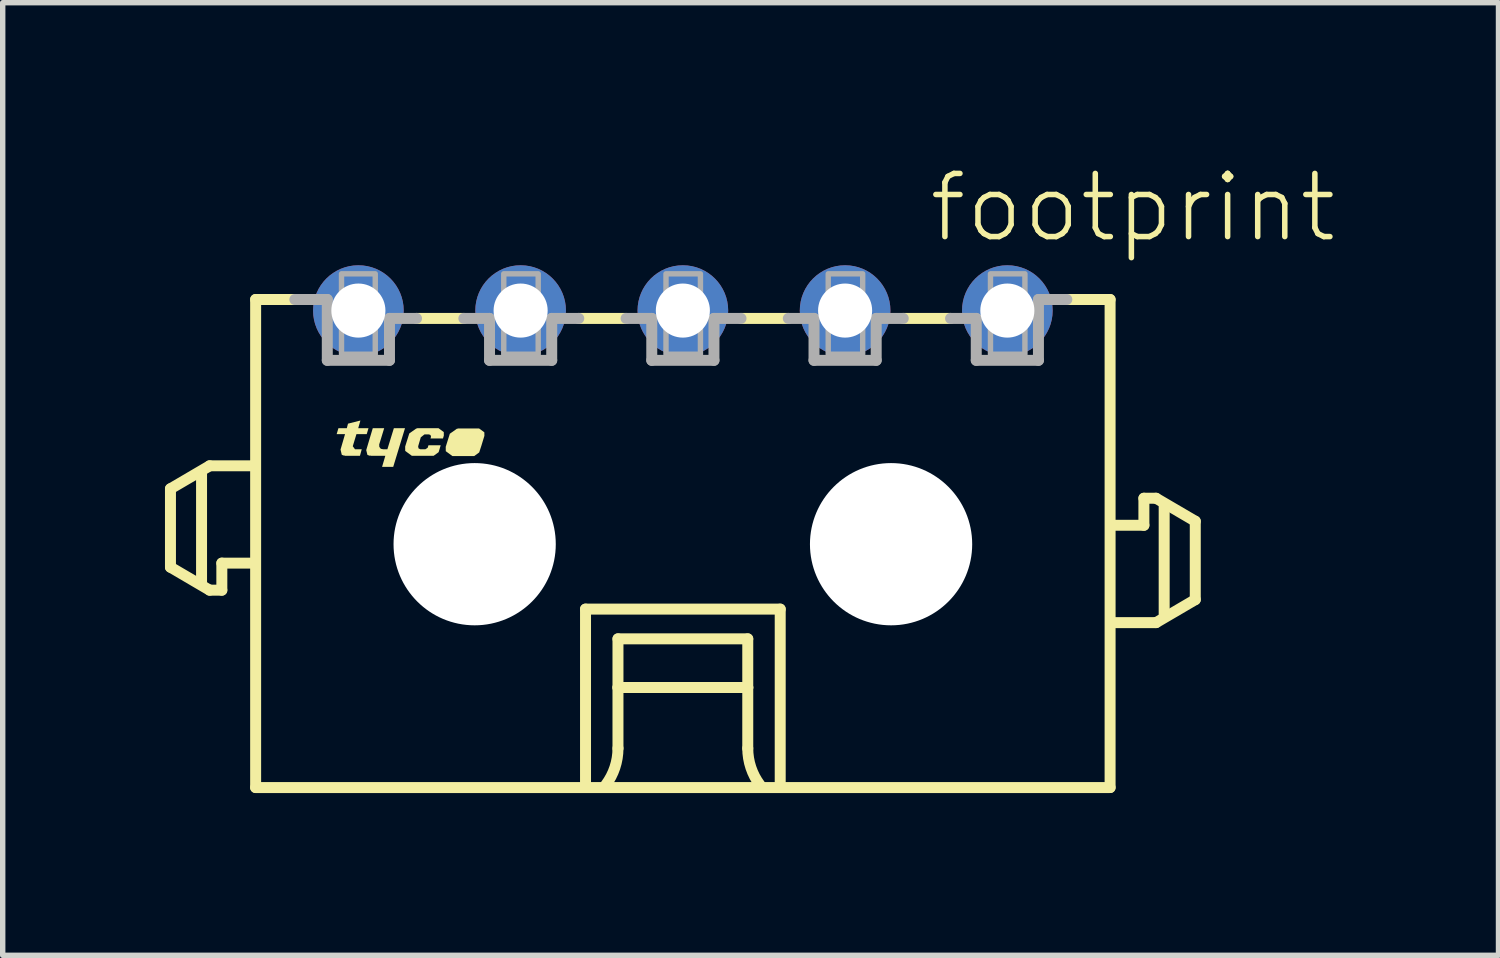
<source format=kicad_pcb>
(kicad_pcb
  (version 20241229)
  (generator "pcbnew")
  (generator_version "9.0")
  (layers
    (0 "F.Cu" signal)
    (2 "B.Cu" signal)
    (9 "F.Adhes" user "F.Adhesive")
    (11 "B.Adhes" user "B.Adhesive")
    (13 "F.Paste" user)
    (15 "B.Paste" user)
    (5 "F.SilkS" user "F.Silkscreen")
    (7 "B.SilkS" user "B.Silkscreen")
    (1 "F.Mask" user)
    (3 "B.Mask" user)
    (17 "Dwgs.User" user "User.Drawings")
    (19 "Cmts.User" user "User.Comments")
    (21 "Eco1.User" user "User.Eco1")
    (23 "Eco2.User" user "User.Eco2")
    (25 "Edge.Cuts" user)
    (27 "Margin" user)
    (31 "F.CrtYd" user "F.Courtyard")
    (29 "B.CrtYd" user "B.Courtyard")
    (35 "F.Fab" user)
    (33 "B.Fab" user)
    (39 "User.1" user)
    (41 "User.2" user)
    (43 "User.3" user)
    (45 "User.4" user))
  (footprint "footprint"
    (layer "F.Cu")
    (at 9.577 7.013)
    (property "Reference" "footprint" (at 4.5 -5.54 0) (layer "F.SilkS") (effects (font (size 1.168 1.168) (thickness 0.102)) (justify left bottom)))
    (fp_line (start -9.475 -1.025) (end -9.475 0.425) (stroke (width 0.203) (type solid)) (layer "F.SilkS"))
    (fp_line (start -9.475 0.425) (end -8.75 0.85) (stroke (width 0.203) (type solid)) (layer "F.SilkS"))
    (fp_line (start -8.9 0.7) (end -8.9 -1.3) (stroke (width 0.203) (type solid)) (layer "F.SilkS"))
    (fp_line (start -8.75 -1.45) (end -9.475 -1.025) (stroke (width 0.203) (type solid)) (layer "F.SilkS"))
    (fp_line (start -8.75 0.85) (end -8.525 0.85) (stroke (width 0.203) (type solid)) (layer "F.SilkS"))
    (fp_line (start -8.525 0.35) (end -8 0.35) (stroke (width 0.203) (type solid)) (layer "F.SilkS"))
    (fp_line (start -8.525 0.85) (end -8.525 0.35) (stroke (width 0.203) (type solid)) (layer "F.SilkS"))
    (fp_line (start -8 -1.45) (end -8.75 -1.45) (stroke (width 0.203) (type solid)) (layer "F.SilkS"))
    (fp_line (start -7.9 -4.525) (end -7.9 4.5) (stroke (width 0.203) (type solid)) (layer "F.SilkS"))
    (fp_line (start -7.9 -4.525) (end -7.175 -4.525) (stroke (width 0.203) (type solid)) (layer "F.SilkS"))
    (fp_line (start -7.9 4.5) (end 7.9 4.5) (stroke (width 0.203) (type solid)) (layer "F.SilkS"))
    (fp_line (start -4.05 -4.175) (end -4.925 -4.175) (stroke (width 0.203) (type solid)) (layer "F.SilkS"))
    (fp_line (start -1.8 1.2) (end 1.8 1.2) (stroke (width 0.203) (type solid)) (layer "F.SilkS"))
    (fp_line (start -1.8 4.4) (end -1.8 1.2) (stroke (width 0.203) (type solid)) (layer "F.SilkS"))
    (fp_line (start -1.2 1.75) (end -1.2 2.65) (stroke (width 0.203) (type solid)) (layer "F.SilkS"))
    (fp_line (start -1.2 2.65) (end -1.2 3.775) (stroke (width 0.203) (type solid)) (layer "F.SilkS"))
    (fp_line (start -1.2 2.65) (end 1.2 2.65) (stroke (width 0.203) (type solid)) (layer "F.SilkS"))
    (fp_line (start -1.05 -4.175) (end -1.925 -4.175) (stroke (width 0.203) (type solid)) (layer "F.SilkS"))
    (fp_line (start 1.2 1.75) (end -1.2 1.75) (stroke (width 0.203) (type solid)) (layer "F.SilkS"))
    (fp_line (start 1.2 2.65) (end 1.2 1.75) (stroke (width 0.203) (type solid)) (layer "F.SilkS"))
    (fp_line (start 1.2 2.65) (end 1.2 3.775) (stroke (width 0.203) (type solid)) (layer "F.SilkS"))
    (fp_line (start 1.8 1.2) (end 1.8 4.4) (stroke (width 0.203) (type solid)) (layer "F.SilkS"))
    (fp_line (start 1.95 -4.175) (end 1.075 -4.175) (stroke (width 0.203) (type solid)) (layer "F.SilkS"))
    (fp_line (start 4.95 -4.175) (end 4.075 -4.175) (stroke (width 0.203) (type solid)) (layer "F.SilkS"))
    (fp_line (start 7.9 -4.525) (end 7.1 -4.525) (stroke (width 0.203) (type solid)) (layer "F.SilkS"))
    (fp_line (start 7.9 4.5) (end 7.9 -4.525) (stroke (width 0.203) (type solid)) (layer "F.SilkS"))
    (fp_line (start 8 1.45) (end 8.75 1.45) (stroke (width 0.203) (type solid)) (layer "F.SilkS"))
    (fp_line (start 8.525 -0.85) (end 8.525 -0.35) (stroke (width 0.203) (type solid)) (layer "F.SilkS"))
    (fp_line (start 8.525 -0.35) (end 8 -0.35) (stroke (width 0.203) (type solid)) (layer "F.SilkS"))
    (fp_line (start 8.75 -0.85) (end 8.525 -0.85) (stroke (width 0.203) (type solid)) (layer "F.SilkS"))
    (fp_line (start 8.75 1.45) (end 9.475 1.025) (stroke (width 0.203) (type solid)) (layer "F.SilkS"))
    (fp_line (start 8.9 1.3) (end 8.9 -0.7) (stroke (width 0.203) (type solid)) (layer "F.SilkS"))
    (fp_line (start 9.475 -0.425) (end 8.75 -0.85) (stroke (width 0.203) (type solid)) (layer "F.SilkS"))
    (fp_line (start 9.475 1.025) (end 9.475 -0.425) (stroke (width 0.203) (type solid)) (layer "F.SilkS"))
    (fp_arc (start -1.2 3.775) (mid -1.257731 4.130756) (end -1.425 4.449999) (stroke (width 0.2032) (type solid)) (layer "F.SilkS"))
    (fp_arc (start 1.425 4.449999) (mid 1.257732 4.130756) (end 1.2 3.775) (stroke (width 0.2032) (type solid)) (layer "F.SilkS"))
    (fp_poly (pts (xy -5.615 -1.844) (xy -5.613 -1.799) (xy -5.585 -1.764) (xy -5.539 -1.755) (xy -5.464 -1.755) (xy -5.344 -2.145) (xy -5.138 -2.145) (xy -5.356 -1.43) (xy -5.562 -1.43) (xy -5.502 -1.635) (xy -5.78 -1.635) (xy -5.78 -1.645) (xy -5.785 -1.645) (xy -5.785 -1.64) (xy -5.787 -1.635) (xy -5.833 -1.651) (xy -5.855 -1.74) (xy -5.734 -2.145) (xy -5.523 -2.145)) (stroke (width 0) (type solid)) (fill yes) (layer "F.SilkS"))
    (fp_poly (pts (xy -6.003 -2.145) (xy -5.813 -2.145) (xy -5.846 -2.035) (xy -6.036 -2.035) (xy -6.104 -1.811) (xy -6.062 -1.755) (xy -5.938 -1.755) (xy -5.971 -1.635) (xy -6.25 -1.635) (xy -6.25 -1.645) (xy -6.255 -1.645) (xy -6.255 -1.64) (xy -6.257 -1.635) (xy -6.307 -1.653) (xy -6.33 -1.75) (xy -6.247 -2.035) (xy -6.402 -2.035) (xy -6.369 -2.145) (xy -6.214 -2.145) (xy -6.192 -2.229) (xy -5.963 -2.287)) (stroke (width 0) (type solid)) (fill yes) (layer "F.SilkS"))
    (fp_poly (pts (xy -3.671 -2.069) (xy -3.67 -2.005) (xy -3.67 -2.004) (xy -3.723 -1.83) (xy -3.723 -1.83) (xy -3.725 -1.823) (xy -3.726 -1.82) (xy -3.726 -1.82) (xy -3.766 -1.697) (xy -3.858 -1.63) (xy -4.262 -1.63) (xy -4.384 -1.72) (xy -4.385 -1.8) (xy -4.385 -1.801) (xy -4.309 -2.043) (xy -4.173 -2.139) (xy -4.17 -2.135) (xy -4.17 -2.13) (xy -4.165 -2.13) (xy -4.165 -2.14) (xy -3.768 -2.14)) (stroke (width 0) (type solid)) (fill yes) (layer "F.SilkS"))
    (fp_poly (pts (xy -4.421 -2.074) (xy -4.42 -2.01) (xy -4.42 -2.009) (xy -4.436 -1.955) (xy -4.667 -1.955) (xy -4.66 -1.976) (xy -4.658 -2.001) (xy -4.672 -2.022) (xy -4.696 -2.03) (xy -4.778 -2.03) (xy -4.846 -1.977) (xy -4.895 -1.81) (xy -4.888 -1.772) (xy -4.854 -1.755) (xy -4.762 -1.755) (xy -4.719 -1.783) (xy -4.704 -1.83) (xy -4.478 -1.83) (xy -4.516 -1.702) (xy -4.608 -1.635) (xy -5.012 -1.635) (xy -5.134 -1.725) (xy -5.135 -1.805) (xy -5.135 -1.806) (xy -5.059 -2.048) (xy -4.923 -2.144) (xy -4.92 -2.14) (xy -4.92 -2.135) (xy -4.915 -2.135) (xy -4.915 -2.145) (xy -4.518 -2.145)) (stroke (width 0) (type solid)) (fill yes) (layer "F.SilkS"))
    (fp_line (start -6.575 -4.525) (end -7.175 -4.525) (stroke (width 0.203) (type solid)) (layer "F.Fab"))
    (fp_line (start -6.575 -3.4) (end -6.575 -4.525) (stroke (width 0.203) (type solid)) (layer "F.Fab"))
    (fp_line (start -5.425 -4.175) (end -5.425 -3.4) (stroke (width 0.203) (type solid)) (layer "F.Fab"))
    (fp_line (start -5.425 -3.4) (end -6.575 -3.4) (stroke (width 0.203) (type solid)) (layer "F.Fab"))
    (fp_line (start -4.925 -4.175) (end -5.425 -4.175) (stroke (width 0.203) (type solid)) (layer "F.Fab"))
    (fp_line (start -3.575 -4.175) (end -4.05 -4.175) (stroke (width 0.203) (type solid)) (layer "F.Fab"))
    (fp_line (start -3.575 -3.4) (end -3.575 -4.175) (stroke (width 0.203) (type solid)) (layer "F.Fab"))
    (fp_line (start -2.425 -4.175) (end -2.425 -3.4) (stroke (width 0.203) (type solid)) (layer "F.Fab"))
    (fp_line (start -2.425 -3.4) (end -3.575 -3.4) (stroke (width 0.203) (type solid)) (layer "F.Fab"))
    (fp_line (start -1.925 -4.175) (end -2.425 -4.175) (stroke (width 0.203) (type solid)) (layer "F.Fab"))
    (fp_line (start -0.575 -4.175) (end -1.05 -4.175) (stroke (width 0.203) (type solid)) (layer "F.Fab"))
    (fp_line (start -0.575 -3.4) (end -0.575 -4.175) (stroke (width 0.203) (type solid)) (layer "F.Fab"))
    (fp_line (start 0.575 -4.175) (end 0.575 -3.4) (stroke (width 0.203) (type solid)) (layer "F.Fab"))
    (fp_line (start 0.575 -3.4) (end -0.575 -3.4) (stroke (width 0.203) (type solid)) (layer "F.Fab"))
    (fp_line (start 1.075 -4.175) (end 0.575 -4.175) (stroke (width 0.203) (type solid)) (layer "F.Fab"))
    (fp_line (start 2.425 -4.175) (end 1.95 -4.175) (stroke (width 0.203) (type solid)) (layer "F.Fab"))
    (fp_line (start 2.425 -3.4) (end 2.425 -4.175) (stroke (width 0.203) (type solid)) (layer "F.Fab"))
    (fp_line (start 3.575 -4.175) (end 3.575 -3.4) (stroke (width 0.203) (type solid)) (layer "F.Fab"))
    (fp_line (start 3.575 -3.4) (end 2.425 -3.4) (stroke (width 0.203) (type solid)) (layer "F.Fab"))
    (fp_line (start 4.075 -4.175) (end 3.575 -4.175) (stroke (width 0.203) (type solid)) (layer "F.Fab"))
    (fp_line (start 5.425 -4.175) (end 4.95 -4.175) (stroke (width 0.203) (type solid)) (layer "F.Fab"))
    (fp_line (start 5.425 -3.4) (end 5.425 -4.175) (stroke (width 0.203) (type solid)) (layer "F.Fab"))
    (fp_line (start 6.575 -4.525) (end 6.575 -3.4) (stroke (width 0.203) (type solid)) (layer "F.Fab"))
    (fp_line (start 6.575 -3.4) (end 5.425 -3.4) (stroke (width 0.203) (type solid)) (layer "F.Fab"))
    (fp_line (start 7.1 -4.525) (end 6.575 -4.525) (stroke (width 0.203) (type solid)) (layer "F.Fab"))
    (fp_poly (pts (xy -6.312 -3.513) (xy -5.688 -3.513) (xy -5.688 -5) (xy -6.312 -5)) (stroke (width 0.1) (type solid)) (fill no) (layer "F.Fab"))
    (fp_poly (pts (xy -3.312 -3.513) (xy -2.675 -3.513) (xy -2.675 -5) (xy -3.312 -5)) (stroke (width 0.1) (type solid)) (fill no) (layer "F.Fab"))
    (fp_poly (pts (xy -0.312 -3.513) (xy 0.325 -3.513) (xy 0.325 -5) (xy -0.312 -5)) (stroke (width 0.1) (type solid)) (fill no) (layer "F.Fab"))
    (fp_poly (pts (xy 2.688 -3.513) (xy 3.325 -3.513) (xy 3.325 -5) (xy 2.688 -5)) (stroke (width 0.1) (type solid)) (fill no) (layer "F.Fab"))
    (fp_poly (pts (xy 5.688 -3.513) (xy 6.325 -3.513) (xy 6.325 -5) (xy 5.688 -5)) (stroke (width 0.1) (type solid)) (fill no) (layer "F.Fab"))
    (pad "" np_thru_hole circle (at -3.85 0) (size 3 3) (drill 3) (layers "*.Cu" "*.Mask"))
    (pad "" np_thru_hole circle (at 3.85 0) (size 3 3) (drill 3) (layers "*.Cu" "*.Mask"))
    (pad "1" thru_hole circle (at 6 -4.32) (size 1.676 1.676) (drill 1) (layers "*.Cu" "*.Mask"))
    (pad "2" thru_hole circle (at 3 -4.32) (size 1.676 1.676) (drill 1) (layers "*.Cu" "*.Mask"))
    (pad "3" thru_hole circle (at 0 -4.32) (size 1.676 1.676) (drill 1) (layers "*.Cu" "*.Mask"))
    (pad "4" thru_hole circle (at -3 -4.32) (size 1.676 1.676) (drill 1) (layers "*.Cu" "*.Mask"))
    (pad "5" thru_hole circle (at -6 -4.32) (size 1.676 1.676) (drill 1) (layers "*.Cu" "*.Mask")))
  (gr_rect
    (start -3 -3)
    (end 24.659 14.615)
    (stroke (width 0.1) (type default))
    (fill no)
    (layer "Edge.Cuts")))
</source>
